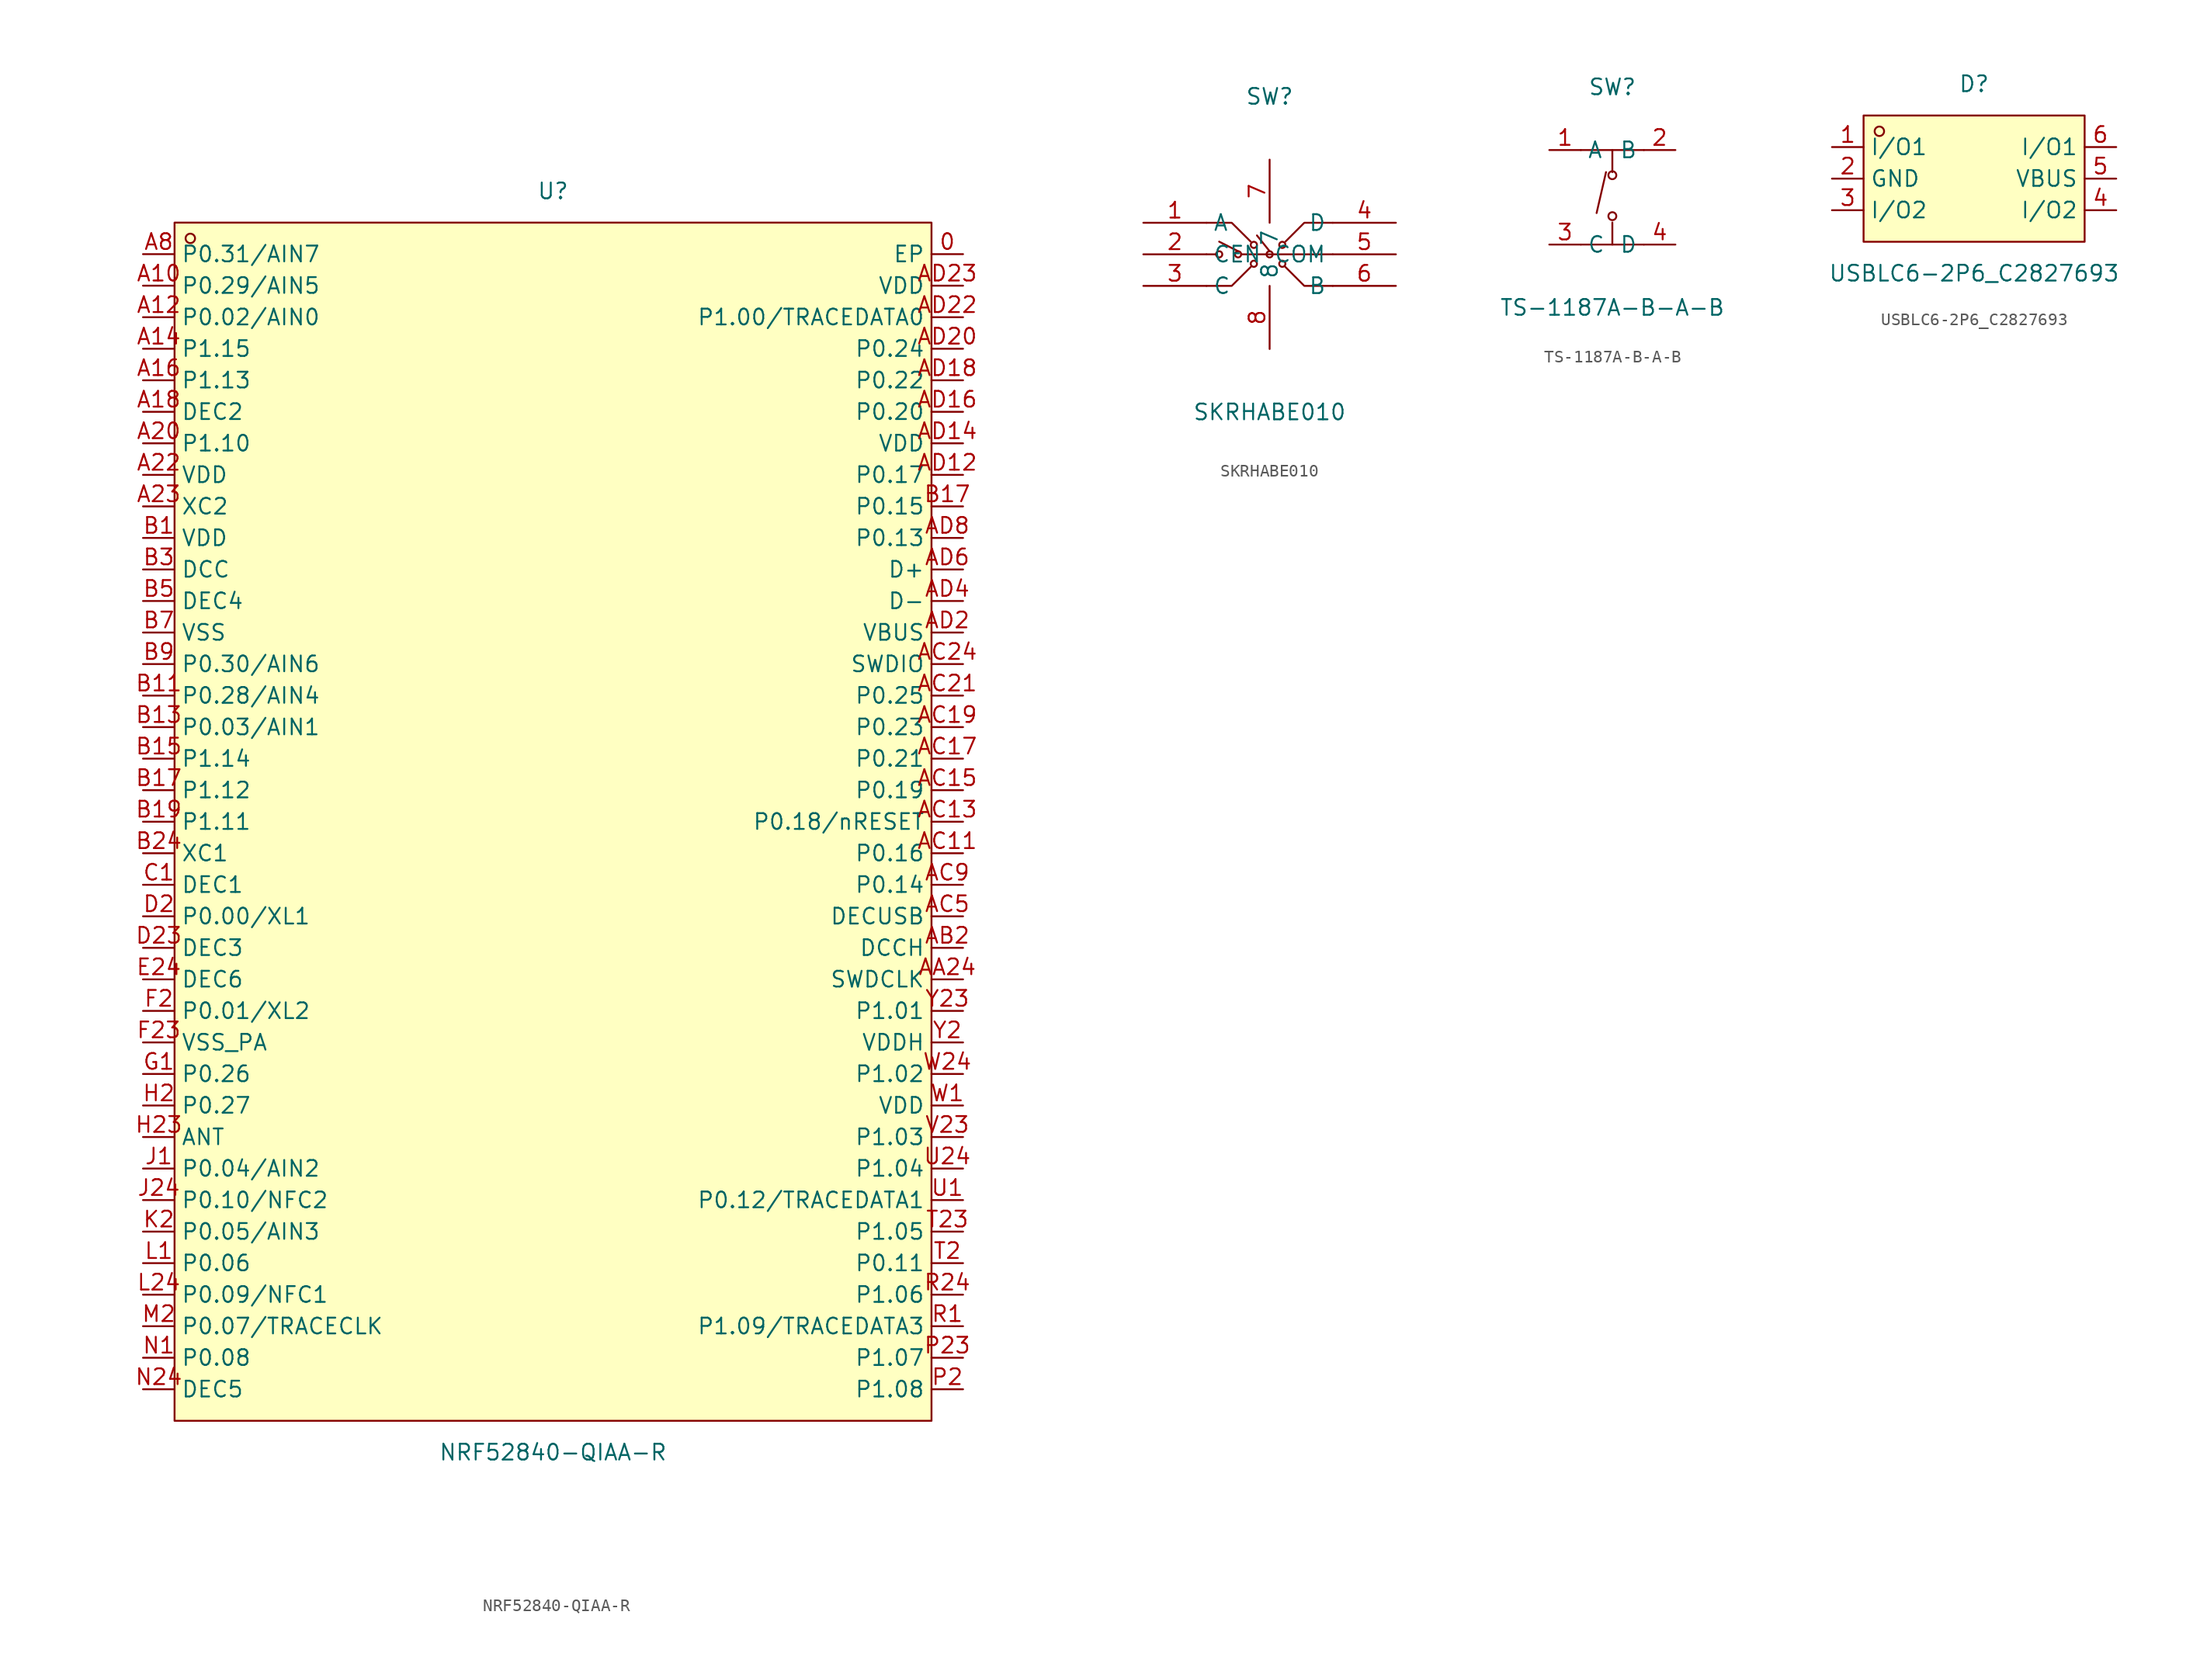
<source format=kicad_sym>
(kicad_symbol_lib
  (version 20241209)
  (generator "kicad_symbol_editor")
  (generator_version "9.0")
  (symbol "NRF52840-QIAA-R"
    (property "Reference" "U"
      (at 0 50.8 0)
      (effects (font (size 1.27 1.27))))
    (property "Value" "NRF52840-QIAA-R"
      (at 0 -50.8 0)
      (effects (font (size 1.27 1.27))))
    (symbol "NRF52840-QIAA-R_0_1"
      (rectangle (start -30.48 48.26) (end 30.48 -48.26) (stroke (width 0) (type default)) (fill (type background)))
      (circle (center -29.21 46.99) (radius 0.38) (stroke (width 0) (type default)) (fill (type none)))
      (pin unspecified line (at -33.02 45.72 0) (length 2.54) (name "P0.31/AIN7" (effects (font (size 1.27 1.27)))) (number "A8" (effects (font (size 1.27 1.27)))))
      (pin unspecified line (at -33.02 43.18 0) (length 2.54) (name "P0.29/AIN5" (effects (font (size 1.27 1.27)))) (number "A10" (effects (font (size 1.27 1.27)))))
      (pin unspecified line (at -33.02 40.64 0) (length 2.54) (name "P0.02/AIN0" (effects (font (size 1.27 1.27)))) (number "A12" (effects (font (size 1.27 1.27)))))
      (pin unspecified line (at -33.02 38.1 0) (length 2.54) (name "P1.15" (effects (font (size 1.27 1.27)))) (number "A14" (effects (font (size 1.27 1.27)))))
      (pin unspecified line (at -33.02 35.56 0) (length 2.54) (name "P1.13" (effects (font (size 1.27 1.27)))) (number "A16" (effects (font (size 1.27 1.27)))))
      (pin unspecified line (at -33.02 33.02 0) (length 2.54) (name "DEC2" (effects (font (size 1.27 1.27)))) (number "A18" (effects (font (size 1.27 1.27)))))
      (pin unspecified line (at -33.02 30.48 0) (length 2.54) (name "P1.10" (effects (font (size 1.27 1.27)))) (number "A20" (effects (font (size 1.27 1.27)))))
      (pin unspecified line (at -33.02 27.94 0) (length 2.54) (name "VDD" (effects (font (size 1.27 1.27)))) (number "A22" (effects (font (size 1.27 1.27)))))
      (pin unspecified line (at -33.02 25.4 0) (length 2.54) (name "XC2" (effects (font (size 1.27 1.27)))) (number "A23" (effects (font (size 1.27 1.27)))))
      (pin unspecified line (at -33.02 22.86 0) (length 2.54) (name "VDD" (effects (font (size 1.27 1.27)))) (number "B1" (effects (font (size 1.27 1.27)))))
      (pin unspecified line (at -33.02 20.32 0) (length 2.54) (name "DCC" (effects (font (size 1.27 1.27)))) (number "B3" (effects (font (size 1.27 1.27)))))
      (pin unspecified line (at -33.02 17.78 0) (length 2.54) (name "DEC4" (effects (font (size 1.27 1.27)))) (number "B5" (effects (font (size 1.27 1.27)))))
      (pin unspecified line (at -33.02 15.24 0) (length 2.54) (name "VSS" (effects (font (size 1.27 1.27)))) (number "B7" (effects (font (size 1.27 1.27)))))
      (pin unspecified line (at -33.02 12.7 0) (length 2.54) (name "P0.30/AIN6" (effects (font (size 1.27 1.27)))) (number "B9" (effects (font (size 1.27 1.27)))))
      (pin unspecified line (at -33.02 10.16 0) (length 2.54) (name "P0.28/AIN4" (effects (font (size 1.27 1.27)))) (number "B11" (effects (font (size 1.27 1.27)))))
      (pin unspecified line (at -33.02 7.62 0) (length 2.54) (name "P0.03/AIN1" (effects (font (size 1.27 1.27)))) (number "B13" (effects (font (size 1.27 1.27)))))
      (pin unspecified line (at -33.02 5.08 0) (length 2.54) (name "P1.14" (effects (font (size 1.27 1.27)))) (number "B15" (effects (font (size 1.27 1.27)))))
      (pin unspecified line (at -33.02 2.54 0) (length 2.54) (name "P1.12" (effects (font (size 1.27 1.27)))) (number "B17" (effects (font (size 1.27 1.27)))))
      (pin unspecified line (at -33.02 0 0) (length 2.54) (name "P1.11" (effects (font (size 1.27 1.27)))) (number "B19" (effects (font (size 1.27 1.27)))))
      (pin unspecified line (at -33.02 -2.54 0) (length 2.54) (name "XC1" (effects (font (size 1.27 1.27)))) (number "B24" (effects (font (size 1.27 1.27)))))
      (pin unspecified line (at -33.02 -5.08 0) (length 2.54) (name "DEC1" (effects (font (size 1.27 1.27)))) (number "C1" (effects (font (size 1.27 1.27)))))
      (pin unspecified line (at -33.02 -7.62 0) (length 2.54) (name "P0.00/XL1" (effects (font (size 1.27 1.27)))) (number "D2" (effects (font (size 1.27 1.27)))))
      (pin unspecified line (at -33.02 -10.16 0) (length 2.54) (name "DEC3" (effects (font (size 1.27 1.27)))) (number "D23" (effects (font (size 1.27 1.27)))))
      (pin unspecified line (at -33.02 -12.7 0) (length 2.54) (name "DEC6" (effects (font (size 1.27 1.27)))) (number "E24" (effects (font (size 1.27 1.27)))))
      (pin unspecified line (at -33.02 -15.24 0) (length 2.54) (name "P0.01/XL2" (effects (font (size 1.27 1.27)))) (number "F2" (effects (font (size 1.27 1.27)))))
      (pin unspecified line (at -33.02 -17.78 0) (length 2.54) (name "VSS_PA" (effects (font (size 1.27 1.27)))) (number "F23" (effects (font (size 1.27 1.27)))))
      (pin unspecified line (at -33.02 -20.32 0) (length 2.54) (name "P0.26" (effects (font (size 1.27 1.27)))) (number "G1" (effects (font (size 1.27 1.27)))))
      (pin unspecified line (at -33.02 -22.86 0) (length 2.54) (name "P0.27" (effects (font (size 1.27 1.27)))) (number "H2" (effects (font (size 1.27 1.27)))))
      (pin unspecified line (at -33.02 -25.4 0) (length 2.54) (name "ANT" (effects (font (size 1.27 1.27)))) (number "H23" (effects (font (size 1.27 1.27)))))
      (pin unspecified line (at -33.02 -27.94 0) (length 2.54) (name "P0.04/AIN2" (effects (font (size 1.27 1.27)))) (number "J1" (effects (font (size 1.27 1.27)))))
      (pin unspecified line (at -33.02 -30.48 0) (length 2.54) (name "P0.10/NFC2" (effects (font (size 1.27 1.27)))) (number "J24" (effects (font (size 1.27 1.27)))))
      (pin unspecified line (at -33.02 -33.02 0) (length 2.54) (name "P0.05/AIN3" (effects (font (size 1.27 1.27)))) (number "K2" (effects (font (size 1.27 1.27)))))
      (pin unspecified line (at -33.02 -35.56 0) (length 2.54) (name "P0.06" (effects (font (size 1.27 1.27)))) (number "L1" (effects (font (size 1.27 1.27)))))
      (pin unspecified line (at -33.02 -38.1 0) (length 2.54) (name "P0.09/NFC1" (effects (font (size 1.27 1.27)))) (number "L24" (effects (font (size 1.27 1.27)))))
      (pin unspecified line (at -33.02 -40.64 0) (length 2.54) (name "P0.07/TRACECLK" (effects (font (size 1.27 1.27)))) (number "M2" (effects (font (size 1.27 1.27)))))
      (pin unspecified line (at -33.02 -43.18 0) (length 2.54) (name "P0.08" (effects (font (size 1.27 1.27)))) (number "N1" (effects (font (size 1.27 1.27)))))
      (pin unspecified line (at -33.02 -45.72 0) (length 2.54) (name "DEC5" (effects (font (size 1.27 1.27)))) (number "N24" (effects (font (size 1.27 1.27)))))
      (pin unspecified line (at 33.02 45.72 180) (length 2.54) (name "EP" (effects (font (size 1.27 1.27)))) (number "0" (effects (font (size 1.27 1.27)))))
      (pin unspecified line (at 33.02 43.18 180) (length 2.54) (name "VDD" (effects (font (size 1.27 1.27)))) (number "AD23" (effects (font (size 1.27 1.27)))))
      (pin unspecified line (at 33.02 40.64 180) (length 2.54) (name "P1.00/TRACEDATA0" (effects (font (size 1.27 1.27)))) (number "AD22" (effects (font (size 1.27 1.27)))))
      (pin unspecified line (at 33.02 38.1 180) (length 2.54) (name "P0.24" (effects (font (size 1.27 1.27)))) (number "AD20" (effects (font (size 1.27 1.27)))))
      (pin unspecified line (at 33.02 35.56 180) (length 2.54) (name "P0.22" (effects (font (size 1.27 1.27)))) (number "AD18" (effects (font (size 1.27 1.27)))))
      (pin unspecified line (at 33.02 33.02 180) (length 2.54) (name "P0.20" (effects (font (size 1.27 1.27)))) (number "AD16" (effects (font (size 1.27 1.27)))))
      (pin unspecified line (at 33.02 30.48 180) (length 2.54) (name "VDD" (effects (font (size 1.27 1.27)))) (number "AD14" (effects (font (size 1.27 1.27)))))
      (pin unspecified line (at 33.02 27.94 180) (length 2.54) (name "P0.17" (effects (font (size 1.27 1.27)))) (number "AD12" (effects (font (size 1.27 1.27)))))
      (pin unspecified line (at 33.02 25.4 180) (length 2.54) (name "P0.15" (effects (font (size 1.27 1.27)))) (number "B17" (effects (font (size 1.27 1.27)))))
      (pin unspecified line (at 33.02 22.86 180) (length 2.54) (name "P0.13" (effects (font (size 1.27 1.27)))) (number "AD8" (effects (font (size 1.27 1.27)))))
      (pin unspecified line (at 33.02 17.78 180) (length 2.54) (name "D-" (effects (font (size 1.27 1.27)))) (number "AD4" (effects (font (size 1.27 1.27)))))
      (pin unspecified line (at 33.02 15.24 180) (length 2.54) (name "VBUS" (effects (font (size 1.27 1.27)))) (number "AD2" (effects (font (size 1.27 1.27)))))
      (pin unspecified line (at 33.02 12.7 180) (length 2.54) (name "SWDIO" (effects (font (size 1.27 1.27)))) (number "AC24" (effects (font (size 1.27 1.27)))))
      (pin unspecified line (at 33.02 10.16 180) (length 2.54) (name "P0.25" (effects (font (size 1.27 1.27)))) (number "AC21" (effects (font (size 1.27 1.27)))))
      (pin unspecified line (at 33.02 7.62 180) (length 2.54) (name "P0.23" (effects (font (size 1.27 1.27)))) (number "AC19" (effects (font (size 1.27 1.27)))))
      (pin unspecified line (at 33.02 2.54 180) (length 2.54) (name "P0.19" (effects (font (size 1.27 1.27)))) (number "AC15" (effects (font (size 1.27 1.27)))))
      (pin unspecified line (at 33.02 0 180) (length 2.54) (name "P0.18/nRESET" (effects (font (size 1.27 1.27)))) (number "AC13" (effects (font (size 1.27 1.27)))))
      (pin unspecified line (at 33.02 -2.54 180) (length 2.54) (name "P0.16" (effects (font (size 1.27 1.27)))) (number "AC11" (effects (font (size 1.27 1.27)))))
      (pin unspecified line (at 33.02 -5.08 180) (length 2.54) (name "P0.14" (effects (font (size 1.27 1.27)))) (number "AC9" (effects (font (size 1.27 1.27)))))
      (pin unspecified line (at 33.02 -7.62 180) (length 2.54) (name "DECUSB" (effects (font (size 1.27 1.27)))) (number "AC5" (effects (font (size 1.27 1.27)))))
      (pin unspecified line (at 33.02 -10.16 180) (length 2.54) (name "DCCH" (effects (font (size 1.27 1.27)))) (number "AB2" (effects (font (size 1.27 1.27)))))
      (pin unspecified line (at 33.02 -12.7 180) (length 2.54) (name "SWDCLK" (effects (font (size 1.27 1.27)))) (number "AA24" (effects (font (size 1.27 1.27)))))
      (pin unspecified line (at 33.02 -15.24 180) (length 2.54) (name "P1.01" (effects (font (size 1.27 1.27)))) (number "Y23" (effects (font (size 1.27 1.27)))))
      (pin unspecified line (at 33.02 -17.78 180) (length 2.54) (name "VDDH" (effects (font (size 1.27 1.27)))) (number "Y2" (effects (font (size 1.27 1.27)))))
      (pin unspecified line (at 33.02 -20.32 180) (length 2.54) (name "P1.02" (effects (font (size 1.27 1.27)))) (number "W24" (effects (font (size 1.27 1.27)))))
      (pin unspecified line (at 33.02 -22.86 180) (length 2.54) (name "VDD" (effects (font (size 1.27 1.27)))) (number "W1" (effects (font (size 1.27 1.27)))))
      (pin unspecified line (at 33.02 -25.4 180) (length 2.54) (name "P1.03" (effects (font (size 1.27 1.27)))) (number "V23" (effects (font (size 1.27 1.27)))))
      (pin unspecified line (at 33.02 -27.94 180) (length 2.54) (name "P1.04" (effects (font (size 1.27 1.27)))) (number "U24" (effects (font (size 1.27 1.27)))))
      (pin unspecified line (at 33.02 -30.48 180) (length 2.54) (name "P0.12/TRACEDATA1" (effects (font (size 1.27 1.27)))) (number "U1" (effects (font (size 1.27 1.27)))))
      (pin unspecified line (at 33.02 -33.02 180) (length 2.54) (name "P1.05" (effects (font (size 1.27 1.27)))) (number "T23" (effects (font (size 1.27 1.27)))))
      (pin unspecified line (at 33.02 -35.56 180) (length 2.54) (name "P0.11" (effects (font (size 1.27 1.27)))) (number "T2" (effects (font (size 1.27 1.27)))))
      (pin unspecified line (at 33.02 -38.1 180) (length 2.54) (name "P1.06" (effects (font (size 1.27 1.27)))) (number "R24" (effects (font (size 1.27 1.27)))))
      (pin unspecified line (at 33.02 -40.64 180) (length 2.54) (name "P1.09/TRACEDATA3" (effects (font (size 1.27 1.27)))) (number "R1" (effects (font (size 1.27 1.27)))))
      (pin unspecified line (at 33.02 -43.18 180) (length 2.54) (name "P1.07" (effects (font (size 1.27 1.27)))) (number "P23" (effects (font (size 1.27 1.27)))))
      (pin unspecified line (at 33.02 -45.72 180) (length 2.54) (name "P1.08" (effects (font (size 1.27 1.27)))) (number "P2" (effects (font (size 1.27 1.27))))))
    (symbol "NRF52840-QIAA-R_1_1"
      (pin unspecified line (at 33.02 20.32 180) (length 2.54) (name "D+" (effects (font (size 1.27 1.27)))) (number "AD6" (effects (font (size 1.27 1.27)))))
      (pin unspecified line (at 33.02 5.08 180) (length 2.54) (name "P0.21" (effects (font (size 1.27 1.27)))) (number "AC17" (effects (font (size 1.27 1.27)))))))
  (symbol "SKRHABE010"
    (property "Reference" "SW"
      (at 0 11.43 0)
      (effects (font (size 1.27 1.27))))
    (property "Value" "SKRHABE010"
      (at 0 -13.97 0)
      (effects (font (size 1.27 1.27))))
    (symbol "SKRHABE010_0_1"
      (polyline (pts (xy -5.08 1.27) (xy -3.05 1.27) (xy -1.52 -0.25)) (stroke (width 0) (type default)) (fill (type none)))
      (polyline (pts (xy -5.08 -1.27) (xy -4.32 -1.27)) (stroke (width 0) (type default)) (fill (type none)))
      (polyline (pts (xy -5.08 -3.81) (xy -3.05 -3.81) (xy -1.52 -2.29)) (stroke (width 0) (type default)) (fill (type none)))
      (circle (center -4.06 -1.27) (radius 0.25) (stroke (width 0) (type default)) (fill (type none)))
      (polyline (pts (xy -2.54 -1.02) (xy -4.06 -0.25)) (stroke (width 0) (type default)) (fill (type none)))
      (circle (center -2.54 -1.27) (radius 0.25) (stroke (width 0) (type default)) (fill (type none)))
      (polyline (pts (xy -2.29 -1.27) (xy 5.08 -1.27)) (stroke (width 0) (type default)) (fill (type none)))
      (circle (center -1.27 -0.51) (radius 0.25) (stroke (width 0) (type default)) (fill (type none)))
      (circle (center -1.27 -2.03) (radius 0.25) (stroke (width 0) (type default)) (fill (type none)))
      (polyline (pts (xy 0 -1.02) (xy -1.02 0.25)) (stroke (width 0) (type default)) (fill (type none)))
      (circle (center 0 -1.27) (radius 0.25) (stroke (width 0) (type default)) (fill (type none)))
      (circle (center 1.02 -0.51) (radius 0.25) (stroke (width 0) (type default)) (fill (type none)))
      (circle (center 1.02 -2.03) (radius 0.25) (stroke (width 0) (type default)) (fill (type none)))
      (polyline (pts (xy 5.08 1.27) (xy 2.79 1.27) (xy 1.27 -0.25)) (stroke (width 0) (type default)) (fill (type none)))
      (polyline (pts (xy 5.08 -3.81) (xy 2.79 -3.81) (xy 1.27 -2.29)) (stroke (width 0) (type default)) (fill (type none)))
      (pin unspecified line (at -10.16 1.27 0) (length 5.08) (name "A" (effects (font (size 1.27 1.27)))) (number "1" (effects (font (size 1.27 1.27)))))
      (pin unspecified line (at -10.16 -1.27 0) (length 5.08) (name "CEN" (effects (font (size 1.27 1.27)))) (number "2" (effects (font (size 1.27 1.27)))))
      (pin unspecified line (at -10.16 -3.81 0) (length 5.08) (name "C" (effects (font (size 1.27 1.27)))) (number "3" (effects (font (size 1.27 1.27)))))
      (pin unspecified line (at 0 6.35 270) (length 5.08) (name "7" (effects (font (size 1.27 1.27)))) (number "7" (effects (font (size 1.27 1.27)))))
      (pin unspecified line (at 0 -8.89 90) (length 5.08) (name "8" (effects (font (size 1.27 1.27)))) (number "8" (effects (font (size 1.27 1.27)))))
      (pin unspecified line (at 10.16 1.27 180) (length 5.08) (name "D" (effects (font (size 1.27 1.27)))) (number "4" (effects (font (size 1.27 1.27)))))
      (pin unspecified line (at 10.16 -1.27 180) (length 5.08) (name "COM" (effects (font (size 1.27 1.27)))) (number "5" (effects (font (size 1.27 1.27)))))
      (pin unspecified line (at 10.16 -3.81 180) (length 5.08) (name "B" (effects (font (size 1.27 1.27)))) (number "6" (effects (font (size 1.27 1.27)))))))
  (symbol "TS-1187A-B-A-B"
    (property "Reference" "SW"
      (at 0 7.62 0)
      (effects (font (size 1.27 1.27))))
    (property "Value" "TS-1187A-B-A-B"
      (at 0 -10.16 0)
      (effects (font (size 1.27 1.27))))
    (symbol "TS-1187A-B-A-B_0_1"
      (polyline (pts (xy -2.54 2.54) (xy 2.54 2.54)) (stroke (width 0) (type default)) (fill (type none)))
      (polyline (pts (xy -2.54 -5.08) (xy 2.54 -5.08)) (stroke (width 0) (type default)) (fill (type none)))
      (polyline (pts (xy -0.51 0.76) (xy -1.27 -2.54)) (stroke (width 0) (type default)) (fill (type none)))
      (polyline (pts (xy 0 0.76) (xy 0 2.54)) (stroke (width 0) (type default)) (fill (type none)))
      (circle (center 0 0.51) (radius 0.32) (stroke (width 0) (type default)) (fill (type none)))
      (circle (center 0 -2.79) (radius 0.32) (stroke (width 0) (type default)) (fill (type none)))
      (polyline (pts (xy 0 -3.3) (xy 0 -5.08)) (stroke (width 0) (type default)) (fill (type none)))
      (pin unspecified line (at -5.08 2.54 0) (length 2.54) (name "A" (effects (font (size 1.27 1.27)))) (number "1" (effects (font (size 1.27 1.27)))))
      (pin unspecified line (at -5.08 -5.08 0) (length 2.54) (name "C" (effects (font (size 1.27 1.27)))) (number "3" (effects (font (size 1.27 1.27)))))
      (pin unspecified line (at 5.08 2.54 180) (length 2.54) (name "B" (effects (font (size 1.27 1.27)))) (number "2" (effects (font (size 1.27 1.27)))))
      (pin unspecified line (at 5.08 -5.08 180) (length 2.54) (name "D" (effects (font (size 1.27 1.27)))) (number "4" (effects (font (size 1.27 1.27)))))))
  (symbol "USBLC6-2P6_C2827693"
    (property "Reference" "D"
      (at 0 7.62 0)
      (effects (font (size 1.27 1.27))))
    (property "Value" "USBLC6-2P6_C2827693"
      (at 0 -7.62 0)
      (effects (font (size 1.27 1.27))))
    (symbol "USBLC6-2P6_C2827693_0_1"
      (rectangle (start -8.89 5.08) (end 8.89 -5.08) (stroke (width 0) (type default)) (fill (type background)))
      (circle (center -7.62 3.81) (radius 0.38) (stroke (width 0) (type default)) (fill (type none)))
      (pin unspecified line (at -11.43 2.54 0) (length 2.54) (name "I/O1" (effects (font (size 1.27 1.27)))) (number "1" (effects (font (size 1.27 1.27)))))
      (pin unspecified line (at -11.43 0 0) (length 2.54) (name "GND" (effects (font (size 1.27 1.27)))) (number "2" (effects (font (size 1.27 1.27)))))
      (pin unspecified line (at -11.43 -2.54 0) (length 2.54) (name "I/O2" (effects (font (size 1.27 1.27)))) (number "3" (effects (font (size 1.27 1.27)))))
      (pin unspecified line (at 11.43 2.54 180) (length 2.54) (name "I/O1" (effects (font (size 1.27 1.27)))) (number "6" (effects (font (size 1.27 1.27)))))
      (pin unspecified line (at 11.43 0 180) (length 2.54) (name "VBUS" (effects (font (size 1.27 1.27)))) (number "5" (effects (font (size 1.27 1.27)))))
      (pin unspecified line (at 11.43 -2.54 180) (length 2.54) (name "I/O2" (effects (font (size 1.27 1.27)))) (number "4" (effects (font (size 1.27 1.27))))))))
</source>
